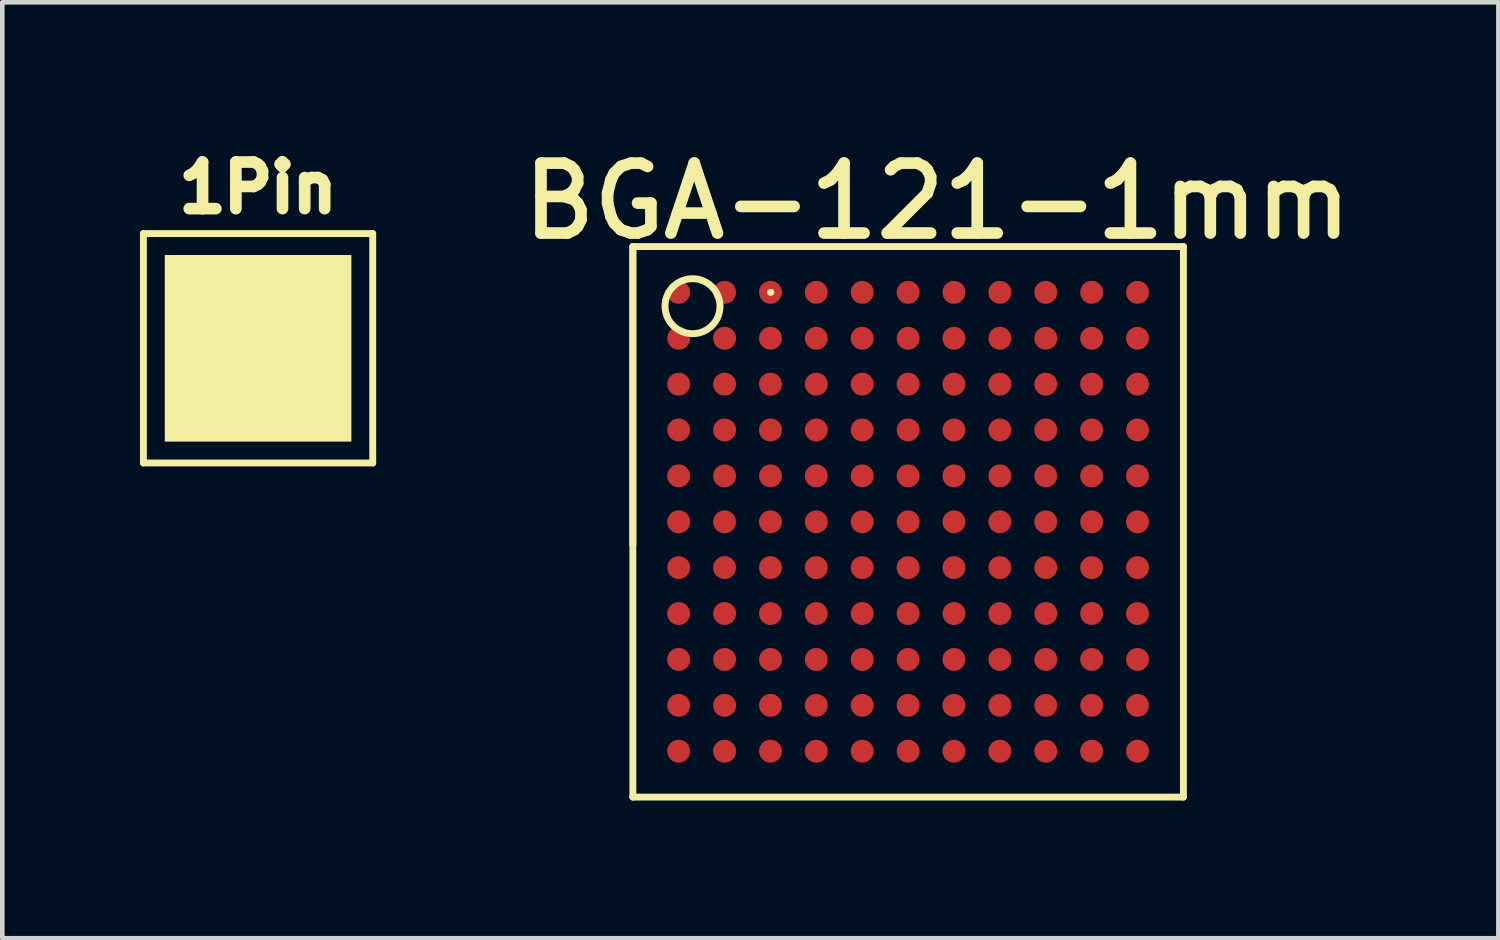
<source format=kicad_pcb>
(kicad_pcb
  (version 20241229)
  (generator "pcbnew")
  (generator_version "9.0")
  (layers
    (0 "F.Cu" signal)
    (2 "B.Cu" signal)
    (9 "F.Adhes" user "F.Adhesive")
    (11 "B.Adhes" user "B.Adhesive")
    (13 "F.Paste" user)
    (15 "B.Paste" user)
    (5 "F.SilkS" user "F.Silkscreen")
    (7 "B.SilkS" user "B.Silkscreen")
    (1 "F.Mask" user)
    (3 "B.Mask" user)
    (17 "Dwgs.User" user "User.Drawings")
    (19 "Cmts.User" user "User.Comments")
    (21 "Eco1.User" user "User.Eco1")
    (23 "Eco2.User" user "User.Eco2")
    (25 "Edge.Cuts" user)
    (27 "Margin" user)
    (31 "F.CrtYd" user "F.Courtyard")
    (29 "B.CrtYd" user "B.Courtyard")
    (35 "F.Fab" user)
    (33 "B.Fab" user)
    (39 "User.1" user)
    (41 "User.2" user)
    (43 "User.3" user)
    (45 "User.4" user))
  (footprint "BGA-121-1mm"
    (layer "F.Cu")
    (at 16.741 8.322)
    (property "Reference" "BGA-121-1mm" (at 0.635 -6.985 0) (layer "F.SilkS") (effects (font (size 1.524 1.524) (thickness 0.254))))
    (attr smd)
    (fp_line (start -5.999 -5.999) (end 5.999 -5.999) (stroke (width 0.15) (type solid)) (layer "F.SilkS"))
    (fp_line (start -5.999 0.5) (end -5.999 -5.999) (stroke (width 0.15) (type solid)) (layer "F.SilkS"))
    (fp_line (start -5.999 5.999) (end -5.999 -5.999) (stroke (width 0.15) (type solid)) (layer "F.SilkS"))
    (fp_line (start -3 -5.001) (end -2.99 -5.001) (stroke (width 0.15) (type solid)) (layer "F.SilkS"))
    (fp_line (start 5.999 -5.999) (end 5.999 5.999) (stroke (width 0.15) (type solid)) (layer "F.SilkS"))
    (fp_line (start 5.999 5.999) (end -5.999 5.999) (stroke (width 0.15) (type solid)) (layer "F.SilkS"))
    (fp_circle (center -4.699 -4.699) (end -4.699 -5.298) (stroke (width 0.15) (type solid)) (fill no) (layer "F.SilkS"))
    (pad "A1" smd circle (at -5.001 -5.001) (size 0.5 0.5) (layers "F.Cu" "F.Mask" "F.Paste"))
    (pad "A2" smd circle (at -4 -5.001) (size 0.5 0.5) (layers "F.Cu" "F.Mask" "F.Paste"))
    (pad "A3" smd circle (at -3 -5.001) (size 0.5 0.5) (layers "F.Cu" "F.Mask" "F.Paste"))
    (pad "A4" smd circle (at -2.002 -5.001) (size 0.5 0.5) (layers "F.Cu" "F.Mask" "F.Paste"))
    (pad "A5" smd circle (at -1.001 -5.001) (size 0.5 0.5) (layers "F.Cu" "F.Mask" "F.Paste"))
    (pad "A6" smd circle (at 0 -5.001) (size 0.5 0.5) (layers "F.Cu" "F.Mask" "F.Paste"))
    (pad "A7" smd circle (at 0.998 -5.001) (size 0.5 0.5) (layers "F.Cu" "F.Mask" "F.Paste"))
    (pad "A8" smd circle (at 1.999 -5.001) (size 0.5 0.5) (layers "F.Cu" "F.Mask" "F.Paste"))
    (pad "A9" smd circle (at 3 -5.001) (size 0.5 0.5) (layers "F.Cu" "F.Mask" "F.Paste"))
    (pad "A10" smd circle (at 4 -5.001) (size 0.5 0.5) (layers "F.Cu" "F.Mask" "F.Paste"))
    (pad "A11" smd circle (at 4.999 -5.001) (size 0.5 0.5) (layers "F.Cu" "F.Mask" "F.Paste"))
    (pad "B1" smd circle (at -5.001 -4) (size 0.5 0.5) (layers "F.Cu" "F.Mask" "F.Paste"))
    (pad "B2" smd circle (at -4 -4) (size 0.5 0.5) (layers "F.Cu" "F.Mask" "F.Paste"))
    (pad "B3" smd circle (at -3 -4) (size 0.5 0.5) (layers "F.Cu" "F.Mask" "F.Paste"))
    (pad "B4" smd circle (at -2.002 -4) (size 0.5 0.5) (layers "F.Cu" "F.Mask" "F.Paste"))
    (pad "B5" smd circle (at -1.001 -4) (size 0.5 0.5) (layers "F.Cu" "F.Mask" "F.Paste"))
    (pad "B6" smd circle (at 0 -4) (size 0.5 0.5) (layers "F.Cu" "F.Mask" "F.Paste"))
    (pad "B7" smd circle (at 0.998 -4) (size 0.5 0.5) (layers "F.Cu" "F.Mask" "F.Paste"))
    (pad "B8" smd circle (at 1.999 -4) (size 0.5 0.5) (layers "F.Cu" "F.Mask" "F.Paste"))
    (pad "B9" smd circle (at 3 -4) (size 0.5 0.5) (layers "F.Cu" "F.Mask" "F.Paste"))
    (pad "B10" smd circle (at 4 -4) (size 0.5 0.5) (layers "F.Cu" "F.Mask" "F.Paste"))
    (pad "B11" smd circle (at 4.999 -4) (size 0.5 0.5) (layers "F.Cu" "F.Mask" "F.Paste"))
    (pad "C1" smd circle (at -5.001 -3) (size 0.5 0.5) (layers "F.Cu" "F.Mask" "F.Paste"))
    (pad "C2" smd circle (at -4 -3) (size 0.5 0.5) (layers "F.Cu" "F.Mask" "F.Paste"))
    (pad "C3" smd circle (at -3 -3) (size 0.5 0.5) (layers "F.Cu" "F.Mask" "F.Paste"))
    (pad "C4" smd circle (at -2.002 -3) (size 0.5 0.5) (layers "F.Cu" "F.Mask" "F.Paste"))
    (pad "C5" smd circle (at -1.001 -3) (size 0.5 0.5) (layers "F.Cu" "F.Mask" "F.Paste"))
    (pad "C6" smd circle (at 0 -3) (size 0.5 0.5) (layers "F.Cu" "F.Mask" "F.Paste"))
    (pad "C7" smd circle (at 0.998 -3) (size 0.5 0.5) (layers "F.Cu" "F.Mask" "F.Paste"))
    (pad "C8" smd circle (at 1.999 -3) (size 0.5 0.5) (layers "F.Cu" "F.Mask" "F.Paste"))
    (pad "C9" smd circle (at 3 -3) (size 0.5 0.5) (layers "F.Cu" "F.Mask" "F.Paste"))
    (pad "C10" smd circle (at 4 -3) (size 0.5 0.5) (layers "F.Cu" "F.Mask" "F.Paste"))
    (pad "C11" smd circle (at 4.999 -3) (size 0.5 0.5) (layers "F.Cu" "F.Mask" "F.Paste"))
    (pad "D1" smd circle (at -5.001 -2.002) (size 0.5 0.5) (layers "F.Cu" "F.Mask" "F.Paste"))
    (pad "D2" smd circle (at -4 -2.002) (size 0.5 0.5) (layers "F.Cu" "F.Mask" "F.Paste"))
    (pad "D3" smd circle (at -3 -2.002) (size 0.5 0.5) (layers "F.Cu" "F.Mask" "F.Paste"))
    (pad "D4" smd circle (at -2.002 -2.002) (size 0.5 0.5) (layers "F.Cu" "F.Mask" "F.Paste"))
    (pad "D5" smd circle (at -1.001 -2.002) (size 0.5 0.5) (layers "F.Cu" "F.Mask" "F.Paste"))
    (pad "D6" smd circle (at 0 -2.002) (size 0.5 0.5) (layers "F.Cu" "F.Mask" "F.Paste"))
    (pad "D7" smd circle (at 0.998 -2.002) (size 0.5 0.5) (layers "F.Cu" "F.Mask" "F.Paste"))
    (pad "D8" smd circle (at 1.999 -2.002) (size 0.5 0.5) (layers "F.Cu" "F.Mask" "F.Paste"))
    (pad "D9" smd circle (at 3 -2.002) (size 0.5 0.5) (layers "F.Cu" "F.Mask" "F.Paste"))
    (pad "D10" smd circle (at 4 -2.002) (size 0.5 0.5) (layers "F.Cu" "F.Mask" "F.Paste"))
    (pad "D11" smd circle (at 4.999 -2.002) (size 0.5 0.5) (layers "F.Cu" "F.Mask" "F.Paste"))
    (pad "E1" smd circle (at -5.001 -1.001) (size 0.5 0.5) (layers "F.Cu" "F.Mask" "F.Paste"))
    (pad "E2" smd circle (at -4 -1.001) (size 0.5 0.5) (layers "F.Cu" "F.Mask" "F.Paste"))
    (pad "E3" smd circle (at -3 -1.001) (size 0.5 0.5) (layers "F.Cu" "F.Mask" "F.Paste"))
    (pad "E4" smd circle (at -2.002 -1.001) (size 0.5 0.5) (layers "F.Cu" "F.Mask" "F.Paste"))
    (pad "E5" smd circle (at -1.001 -1.001) (size 0.5 0.5) (layers "F.Cu" "F.Mask" "F.Paste"))
    (pad "E6" smd circle (at 0 -1.001) (size 0.5 0.5) (layers "F.Cu" "F.Mask" "F.Paste"))
    (pad "E7" smd circle (at 0.998 -1.001) (size 0.5 0.5) (layers "F.Cu" "F.Mask" "F.Paste"))
    (pad "E8" smd circle (at 1.999 -1.001) (size 0.5 0.5) (layers "F.Cu" "F.Mask" "F.Paste"))
    (pad "E9" smd circle (at 3 -1.001) (size 0.5 0.5) (layers "F.Cu" "F.Mask" "F.Paste"))
    (pad "E10" smd circle (at 4 -1.001) (size 0.5 0.5) (layers "F.Cu" "F.Mask" "F.Paste"))
    (pad "E11" smd circle (at 4.999 -1.001) (size 0.5 0.5) (layers "F.Cu" "F.Mask" "F.Paste"))
    (pad "F1" smd circle (at -5.001 0) (size 0.5 0.5) (layers "F.Cu" "F.Mask" "F.Paste"))
    (pad "F2" smd circle (at -4 0) (size 0.5 0.5) (layers "F.Cu" "F.Mask" "F.Paste"))
    (pad "F3" smd circle (at -3 0) (size 0.5 0.5) (layers "F.Cu" "F.Mask" "F.Paste"))
    (pad "F4" smd circle (at -2.002 0) (size 0.5 0.5) (layers "F.Cu" "F.Mask" "F.Paste"))
    (pad "F5" smd circle (at -1.001 0) (size 0.5 0.5) (layers "F.Cu" "F.Mask" "F.Paste"))
    (pad "F6" smd circle (at 0 0) (size 0.5 0.5) (layers "F.Cu" "F.Mask" "F.Paste"))
    (pad "F7" smd circle (at 0.998 0) (size 0.5 0.5) (layers "F.Cu" "F.Mask" "F.Paste"))
    (pad "F8" smd circle (at 1.999 0) (size 0.5 0.5) (layers "F.Cu" "F.Mask" "F.Paste"))
    (pad "F9" smd circle (at 3 0) (size 0.5 0.5) (layers "F.Cu" "F.Mask" "F.Paste"))
    (pad "F10" smd circle (at 4 0) (size 0.5 0.5) (layers "F.Cu" "F.Mask" "F.Paste"))
    (pad "F11" smd circle (at 4.999 0) (size 0.5 0.5) (layers "F.Cu" "F.Mask" "F.Paste"))
    (pad "G1" smd circle (at -5.001 0.998) (size 0.5 0.5) (layers "F.Cu" "F.Mask" "F.Paste"))
    (pad "G2" smd circle (at -4 0.998) (size 0.5 0.5) (layers "F.Cu" "F.Mask" "F.Paste"))
    (pad "G3" smd circle (at -3 0.998) (size 0.5 0.5) (layers "F.Cu" "F.Mask" "F.Paste"))
    (pad "G4" smd circle (at -2.002 0.998) (size 0.5 0.5) (layers "F.Cu" "F.Mask" "F.Paste"))
    (pad "G5" smd circle (at -1.001 0.998) (size 0.5 0.5) (layers "F.Cu" "F.Mask" "F.Paste"))
    (pad "G6" smd circle (at 0 0.998) (size 0.5 0.5) (layers "F.Cu" "F.Mask" "F.Paste"))
    (pad "G7" smd circle (at 0.998 0.998) (size 0.5 0.5) (layers "F.Cu" "F.Mask" "F.Paste"))
    (pad "G8" smd circle (at 1.999 0.998) (size 0.5 0.5) (layers "F.Cu" "F.Mask" "F.Paste"))
    (pad "G9" smd circle (at 3 0.998) (size 0.5 0.5) (layers "F.Cu" "F.Mask" "F.Paste"))
    (pad "G10" smd circle (at 4 0.998) (size 0.5 0.5) (layers "F.Cu" "F.Mask" "F.Paste"))
    (pad "G11" smd circle (at 4.999 0.998) (size 0.5 0.5) (layers "F.Cu" "F.Mask" "F.Paste"))
    (pad "H1" smd circle (at -5.001 1.999) (size 0.5 0.5) (layers "F.Cu" "F.Mask" "F.Paste"))
    (pad "H2" smd circle (at -4 1.999) (size 0.5 0.5) (layers "F.Cu" "F.Mask" "F.Paste"))
    (pad "H3" smd circle (at -3 1.999) (size 0.5 0.5) (layers "F.Cu" "F.Mask" "F.Paste"))
    (pad "H4" smd circle (at -2.002 1.999) (size 0.5 0.5) (layers "F.Cu" "F.Mask" "F.Paste"))
    (pad "H5" smd circle (at -1.001 1.999) (size 0.5 0.5) (layers "F.Cu" "F.Mask" "F.Paste"))
    (pad "H6" smd circle (at 0 1.999) (size 0.5 0.5) (layers "F.Cu" "F.Mask" "F.Paste"))
    (pad "H7" smd circle (at 0.998 1.999) (size 0.5 0.5) (layers "F.Cu" "F.Mask" "F.Paste"))
    (pad "H8" smd circle (at 1.999 1.999) (size 0.5 0.5) (layers "F.Cu" "F.Mask" "F.Paste"))
    (pad "H9" smd circle (at 3 1.999) (size 0.5 0.5) (layers "F.Cu" "F.Mask" "F.Paste"))
    (pad "H10" smd circle (at 4 1.999) (size 0.5 0.5) (layers "F.Cu" "F.Mask" "F.Paste"))
    (pad "H11" smd circle (at 4.999 1.999) (size 0.5 0.5) (layers "F.Cu" "F.Mask" "F.Paste"))
    (pad "J1" smd circle (at -5.001 3) (size 0.5 0.5) (layers "F.Cu" "F.Mask" "F.Paste"))
    (pad "J2" smd circle (at -4 3) (size 0.5 0.5) (layers "F.Cu" "F.Mask" "F.Paste"))
    (pad "J3" smd circle (at -3 3) (size 0.5 0.5) (layers "F.Cu" "F.Mask" "F.Paste"))
    (pad "J4" smd circle (at -2.002 3) (size 0.5 0.5) (layers "F.Cu" "F.Mask" "F.Paste"))
    (pad "J5" smd circle (at -1.001 3) (size 0.5 0.5) (layers "F.Cu" "F.Mask" "F.Paste"))
    (pad "J6" smd circle (at 0 3) (size 0.5 0.5) (layers "F.Cu" "F.Mask" "F.Paste"))
    (pad "J7" smd circle (at 0.998 3) (size 0.5 0.5) (layers "F.Cu" "F.Mask" "F.Paste"))
    (pad "J8" smd circle (at 1.999 3) (size 0.5 0.5) (layers "F.Cu" "F.Mask" "F.Paste"))
    (pad "J9" smd circle (at 3 3) (size 0.5 0.5) (layers "F.Cu" "F.Mask" "F.Paste"))
    (pad "J10" smd circle (at 4 3) (size 0.5 0.5) (layers "F.Cu" "F.Mask" "F.Paste"))
    (pad "J11" smd circle (at 4.999 3) (size 0.5 0.5) (layers "F.Cu" "F.Mask" "F.Paste"))
    (pad "K1" smd circle (at -5.001 4) (size 0.5 0.5) (layers "F.Cu" "F.Mask" "F.Paste"))
    (pad "K2" smd circle (at -4 4) (size 0.5 0.5) (layers "F.Cu" "F.Mask" "F.Paste"))
    (pad "K3" smd circle (at -3 4) (size 0.5 0.5) (layers "F.Cu" "F.Mask" "F.Paste"))
    (pad "K4" smd circle (at -2.002 4) (size 0.5 0.5) (layers "F.Cu" "F.Mask" "F.Paste"))
    (pad "K5" smd circle (at -1.001 4) (size 0.5 0.5) (layers "F.Cu" "F.Mask" "F.Paste"))
    (pad "K6" smd circle (at 0 4) (size 0.5 0.5) (layers "F.Cu" "F.Mask" "F.Paste"))
    (pad "K7" smd circle (at 0.998 4) (size 0.5 0.5) (layers "F.Cu" "F.Mask" "F.Paste"))
    (pad "K8" smd circle (at 1.999 4) (size 0.5 0.5) (layers "F.Cu" "F.Mask" "F.Paste"))
    (pad "K9" smd circle (at 3 4) (size 0.5 0.5) (layers "F.Cu" "F.Mask" "F.Paste"))
    (pad "K10" smd circle (at 4 4) (size 0.5 0.5) (layers "F.Cu" "F.Mask" "F.Paste"))
    (pad "K11" smd circle (at 4.999 4) (size 0.5 0.5) (layers "F.Cu" "F.Mask" "F.Paste"))
    (pad "L1" smd circle (at -5.001 4.999) (size 0.5 0.5) (layers "F.Cu" "F.Mask" "F.Paste"))
    (pad "L2" smd circle (at -4 4.999) (size 0.5 0.5) (layers "F.Cu" "F.Mask" "F.Paste"))
    (pad "L3" smd circle (at -3 4.999) (size 0.5 0.5) (layers "F.Cu" "F.Mask" "F.Paste"))
    (pad "L4" smd circle (at -2.002 4.999) (size 0.5 0.5) (layers "F.Cu" "F.Mask" "F.Paste"))
    (pad "L5" smd circle (at -1.001 4.999) (size 0.5 0.5) (layers "F.Cu" "F.Mask" "F.Paste"))
    (pad "L6" smd circle (at 0 4.999) (size 0.5 0.5) (layers "F.Cu" "F.Mask" "F.Paste"))
    (pad "L7" smd circle (at 0.998 4.999) (size 0.5 0.5) (layers "F.Cu" "F.Mask" "F.Paste"))
    (pad "L8" smd circle (at 1.999 4.999) (size 0.5 0.5) (layers "F.Cu" "F.Mask" "F.Paste"))
    (pad "L9" smd circle (at 3 4.999) (size 0.5 0.5) (layers "F.Cu" "F.Mask" "F.Paste"))
    (pad "L10" smd circle (at 4 4.999) (size 0.5 0.5) (layers "F.Cu" "F.Mask" "F.Paste"))
    (pad "L11" smd circle (at 4.999 4.999) (size 0.5 0.5) (layers "F.Cu" "F.Mask" "F.Paste")))
  (footprint "1Pin"
    (layer "F.Cu")
    (at 2.574 4.54)
    (property "Reference" "1Pin" (at 0 -3.5 0) (layer "F.SilkS") (effects (font (size 1.016 1.016) (thickness 0.254))))
    (attr through_hole)
    (fp_line (start -2.499 -2.499) (end 2.499 -2.499) (stroke (width 0.15) (type solid)) (layer "F.SilkS"))
    (fp_line (start -2.499 2.499) (end -2.499 -2.499) (stroke (width 0.15) (type solid)) (layer "F.SilkS"))
    (fp_line (start 2.499 -2.499) (end 2.499 2.499) (stroke (width 0.15) (type solid)) (layer "F.SilkS"))
    (fp_line (start 2.499 2.499) (end -2.499 2.499) (stroke (width 0.15) (type solid)) (layer "F.SilkS"))
    (pad "1" smd rect (at 0 0) (size 4.064 4.064) (layers "F.Cu" "F.Mask" "F.SilkS" "F.Paste")))
  (gr_rect
    (start -3 -3)
    (end 29.604 17.397)
    (stroke (width 0.1) (type default))
    (fill no)
    (layer "Edge.Cuts")))
</source>
